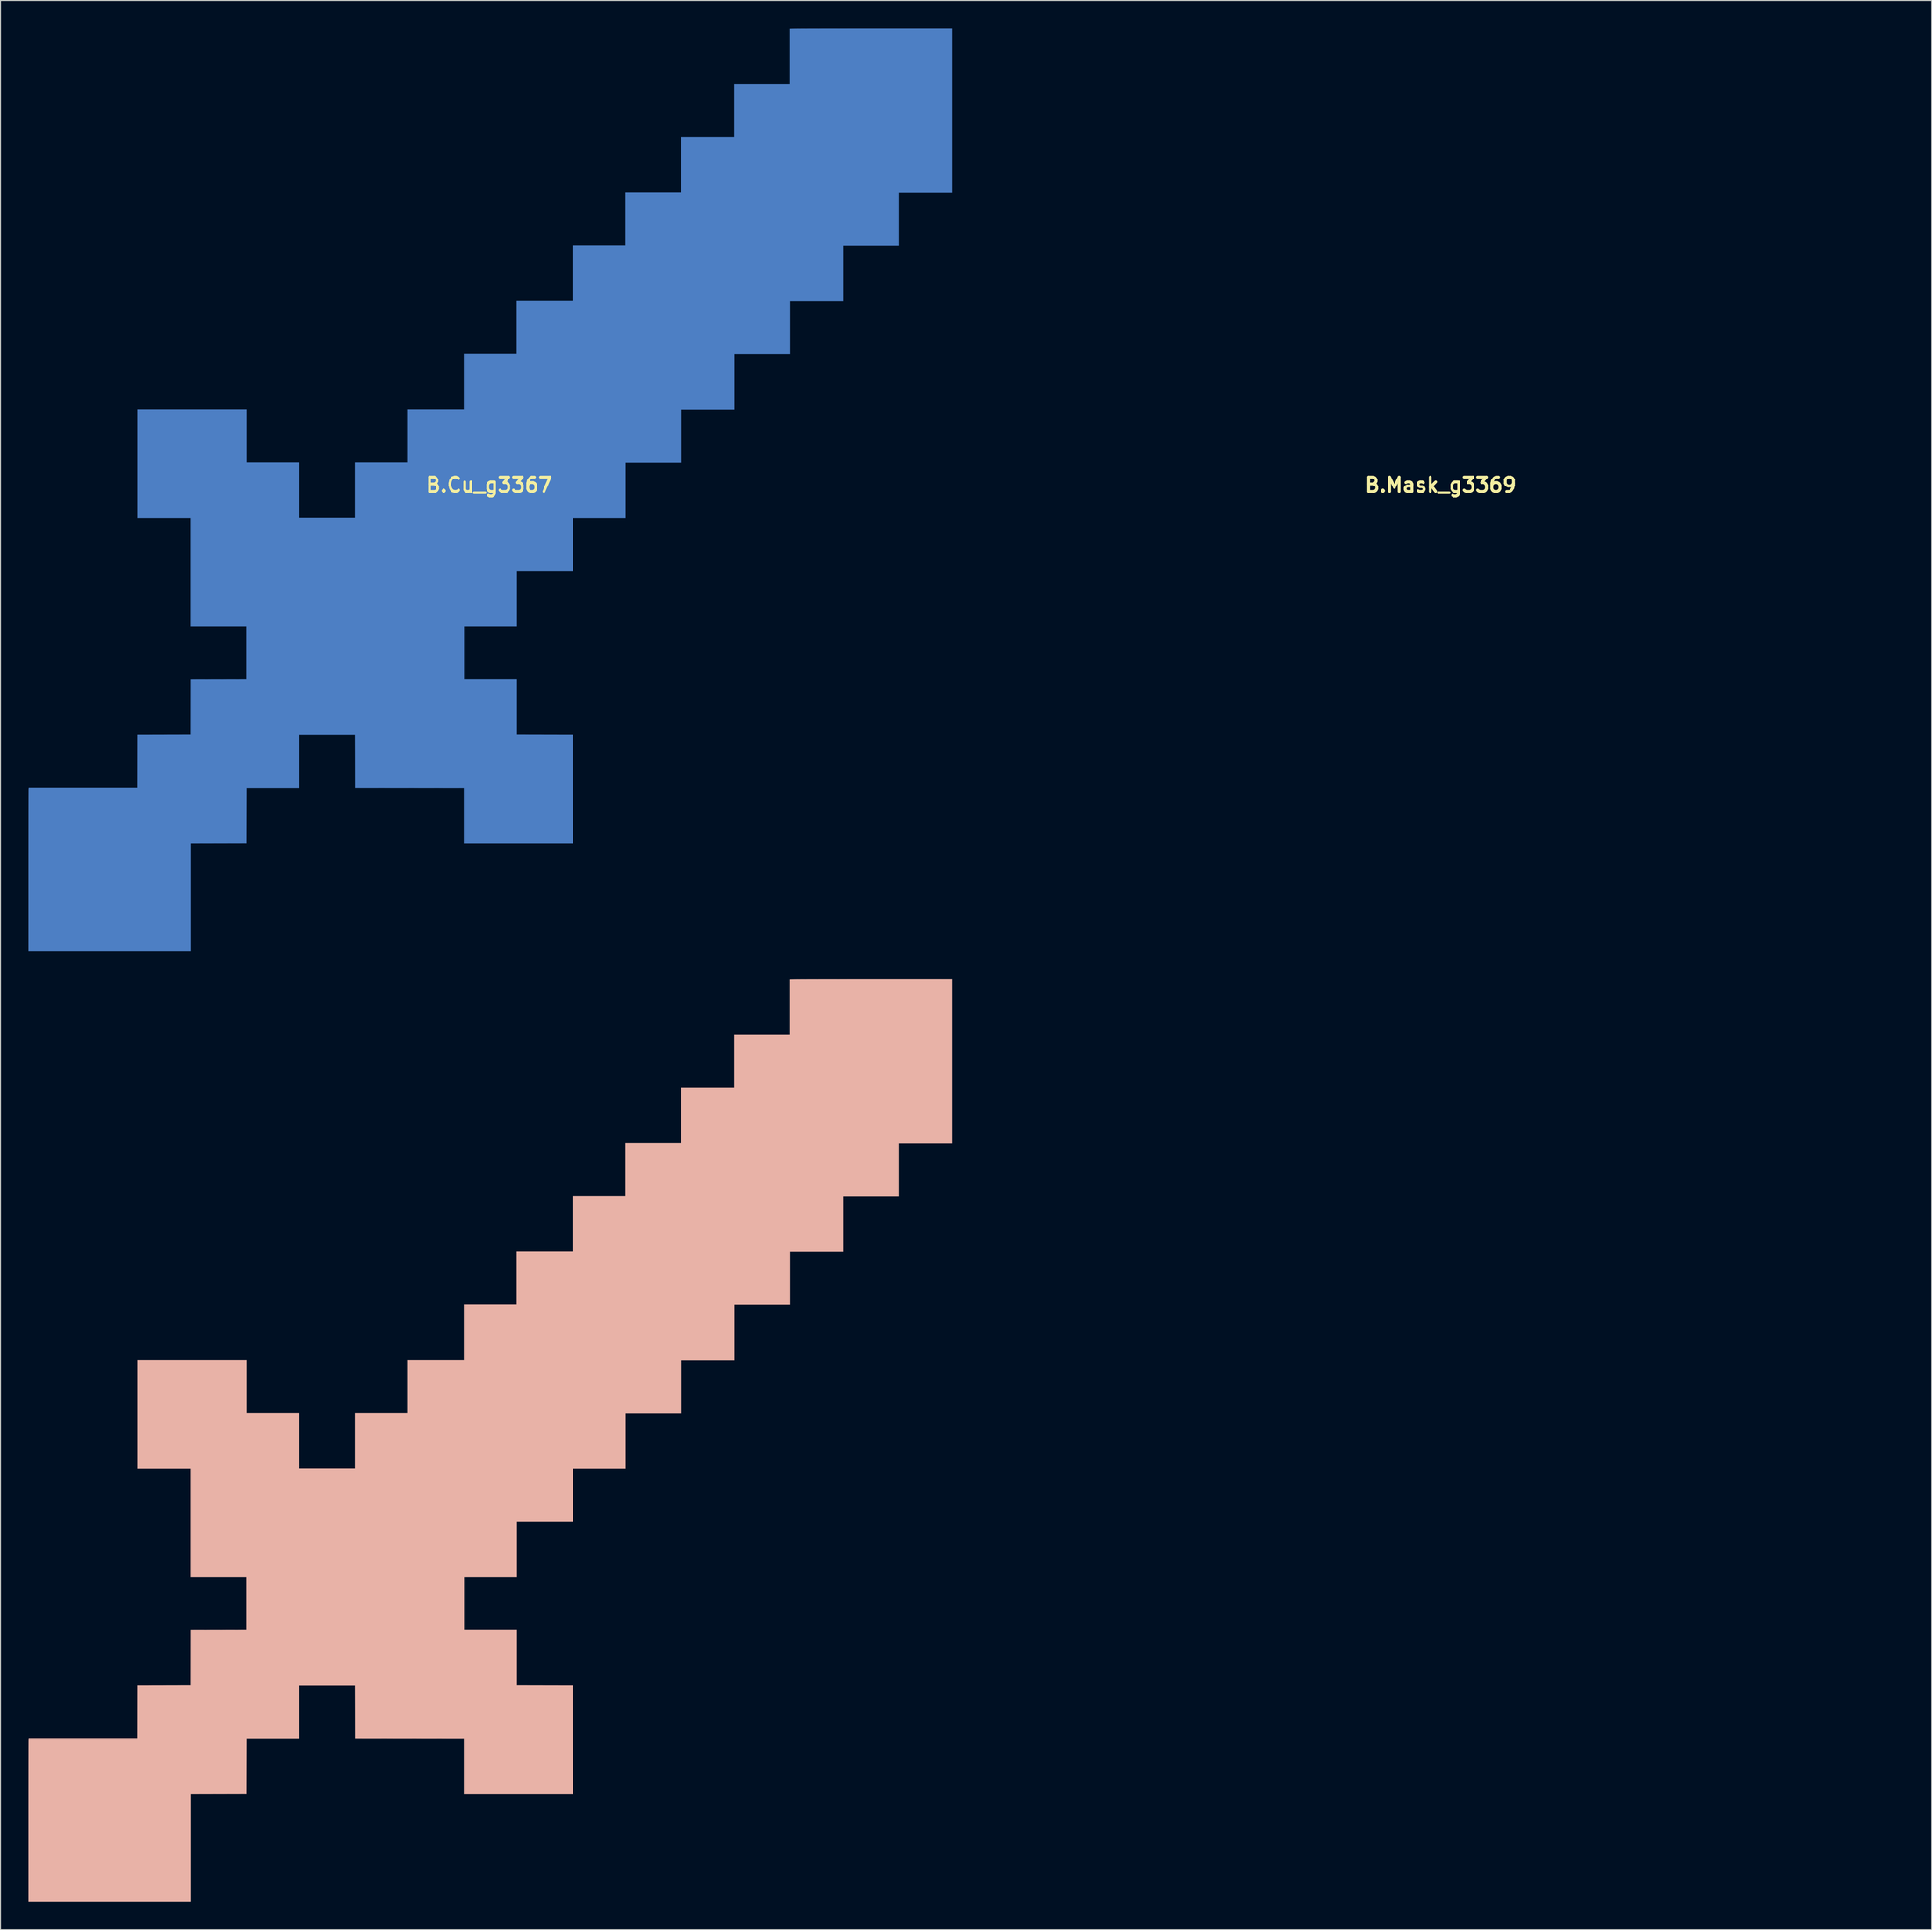
<source format=kicad_pcb>
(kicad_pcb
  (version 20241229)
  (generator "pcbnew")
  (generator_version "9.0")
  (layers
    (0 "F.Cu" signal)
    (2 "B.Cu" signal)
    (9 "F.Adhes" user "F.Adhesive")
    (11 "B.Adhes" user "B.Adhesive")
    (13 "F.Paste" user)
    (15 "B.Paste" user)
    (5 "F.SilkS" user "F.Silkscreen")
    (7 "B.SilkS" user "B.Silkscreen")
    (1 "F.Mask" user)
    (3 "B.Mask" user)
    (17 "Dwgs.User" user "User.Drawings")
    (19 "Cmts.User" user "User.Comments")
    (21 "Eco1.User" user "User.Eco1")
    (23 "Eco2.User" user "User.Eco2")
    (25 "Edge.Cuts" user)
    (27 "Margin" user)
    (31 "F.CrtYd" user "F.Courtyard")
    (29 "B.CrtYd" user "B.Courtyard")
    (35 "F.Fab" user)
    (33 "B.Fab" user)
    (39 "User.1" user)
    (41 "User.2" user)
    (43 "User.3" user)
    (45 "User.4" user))
  (footprint "B.SilkS_g3371"
    (layer "F.Cu")
    (at 49.387 150.928)
    (property "Reference" "B.SilkS_g3371" (at 0 0 0) (layer "F.SilkS") (effects (font (size 1.524 1.524) (thickness 0.3))))
    (attr through_hole)
    (fp_poly (pts (xy 49.636 -31.327) (xy 43.963 -31.327) (xy 43.963 -25.675) (xy 37.973 -25.675) (xy 37.973 -19.706) (xy 32.3 -19.706) (xy 32.3 -14.055) (xy 26.31 -14.055) (xy 26.31 -8.065) (xy 20.637 -8.065) (xy 20.637 -2.413) (xy 14.647 -2.413) (xy 14.647 3.556) (xy 8.975 3.556) (xy 8.975 9.207) (xy 2.985 9.207) (xy 2.985 15.177) (xy -2.688 15.177) (xy -2.688 20.807) (xy 2.985 20.807) (xy 2.985 26.776) (xy 5.974 26.781) (xy 8.964 26.786) (xy 8.969 32.613) (xy 8.975 38.439) (xy -2.709 38.439) (xy -2.709 32.47) (xy -8.546 32.464) (xy -14.383 32.459) (xy -14.388 29.628) (xy -14.393 26.797) (xy -20.341 26.797) (xy -20.341 32.47) (xy -26.014 32.47) (xy -26.019 35.449) (xy -26.024 38.428) (xy -32.025 38.439) (xy -32.025 49.996) (xy -49.382 49.996) (xy -49.382 41.479) (xy -49.382 40.879) (xy -49.382 40.288) (xy -49.382 39.708) (xy -49.381 39.141) (xy -49.381 38.587) (xy -49.381 38.05) (xy -49.38 37.529) (xy -49.38 37.027) (xy -49.379 36.545) (xy -49.379 36.084) (xy -49.378 35.646) (xy -49.378 35.232) (xy -49.377 34.845) (xy -49.376 34.484) (xy -49.375 34.153) (xy -49.375 33.851) (xy -49.374 33.581) (xy -49.373 33.345) (xy -49.372 33.143) (xy -49.371 32.977) (xy -49.37 32.849) (xy -49.369 32.76) (xy -49.368 32.711) (xy -49.368 32.706) (xy -49.354 32.449) (xy -37.719 32.449) (xy -37.714 29.617) (xy -37.708 26.786) (xy -34.877 26.781) (xy -32.046 26.776) (xy -32.041 23.797) (xy -32.036 20.817) (xy -29.035 20.812) (xy -26.035 20.807) (xy -26.035 15.177) (xy -32.046 15.177) (xy -32.046 3.556) (xy -37.698 3.556) (xy -37.698 -8.086) (xy -26.014 -8.086) (xy -26.014 -2.434) (xy -20.341 -2.434) (xy -20.341 3.535) (xy -14.393 3.535) (xy -14.393 -2.434) (xy -8.7 -2.434) (xy -8.7 -8.086) (xy -2.709 -8.086) (xy -2.709 -14.076) (xy 2.963 -14.076) (xy 2.963 -19.727) (xy 8.954 -19.727) (xy 8.954 -25.696) (xy 14.626 -25.696) (xy 14.626 -31.348) (xy 20.616 -31.348) (xy 20.616 -37.317) (xy 26.289 -37.317) (xy 26.289 -42.968) (xy 32.279 -42.968) (xy 32.279 -48.931) (xy 32.771 -48.944) (xy 32.828 -48.945) (xy 32.925 -48.946) (xy 33.062 -48.947) (xy 33.236 -48.948) (xy 33.447 -48.949) (xy 33.692 -48.95) (xy 33.97 -48.951) (xy 34.279 -48.952) (xy 34.618 -48.953) (xy 34.986 -48.953) (xy 35.38 -48.954) (xy 35.8 -48.955) (xy 36.243 -48.955) (xy 36.708 -48.956) (xy 37.194 -48.956) (xy 37.698 -48.957) (xy 38.22 -48.957) (xy 38.758 -48.958) (xy 39.31 -48.958) (xy 39.875 -48.958) (xy 40.451 -48.958) (xy 41.037 -48.958) (xy 41.45 -48.958) (xy 49.636 -48.959) (xy 49.636 -31.327)) (stroke (width 0.01) (type solid)) (fill yes) (layer "B.SilkS")))
  (footprint "B.Cu_g3367"
    (layer "F.Cu")
    (at 49.387 48.964)
    (property "Reference" "B.Cu_g3367" (at 0 0 0) (layer "F.SilkS") (effects (font (size 1.524 1.524) (thickness 0.3))))
    (attr through_hole)
    (fp_poly (pts (xy 49.636 -31.327) (xy 43.963 -31.327) (xy 43.963 -25.675) (xy 37.973 -25.675) (xy 37.973 -19.706) (xy 32.3 -19.706) (xy 32.3 -14.055) (xy 26.31 -14.055) (xy 26.31 -8.065) (xy 20.637 -8.065) (xy 20.637 -2.413) (xy 14.647 -2.413) (xy 14.647 3.556) (xy 8.975 3.556) (xy 8.975 9.207) (xy 2.985 9.207) (xy 2.985 15.177) (xy -2.688 15.177) (xy -2.688 20.807) (xy 2.985 20.807) (xy 2.985 26.776) (xy 5.974 26.781) (xy 8.964 26.786) (xy 8.969 32.613) (xy 8.975 38.439) (xy -2.709 38.439) (xy -2.709 32.47) (xy -8.546 32.464) (xy -14.383 32.459) (xy -14.388 29.628) (xy -14.393 26.797) (xy -20.341 26.797) (xy -20.341 32.47) (xy -26.014 32.47) (xy -26.019 35.449) (xy -26.024 38.428) (xy -32.025 38.439) (xy -32.025 49.996) (xy -49.382 49.996) (xy -49.382 41.479) (xy -49.382 40.879) (xy -49.382 40.288) (xy -49.382 39.708) (xy -49.381 39.141) (xy -49.381 38.587) (xy -49.381 38.05) (xy -49.38 37.529) (xy -49.38 37.027) (xy -49.379 36.545) (xy -49.379 36.084) (xy -49.378 35.646) (xy -49.378 35.232) (xy -49.377 34.845) (xy -49.376 34.484) (xy -49.375 34.153) (xy -49.375 33.851) (xy -49.374 33.581) (xy -49.373 33.345) (xy -49.372 33.143) (xy -49.371 32.977) (xy -49.37 32.849) (xy -49.369 32.76) (xy -49.368 32.711) (xy -49.368 32.706) (xy -49.354 32.449) (xy -37.719 32.449) (xy -37.714 29.617) (xy -37.708 26.786) (xy -34.877 26.781) (xy -32.046 26.776) (xy -32.041 23.797) (xy -32.036 20.817) (xy -29.035 20.812) (xy -26.035 20.807) (xy -26.035 15.177) (xy -32.046 15.177) (xy -32.046 3.556) (xy -37.698 3.556) (xy -37.698 -8.086) (xy -26.014 -8.086) (xy -26.014 -2.434) (xy -20.341 -2.434) (xy -20.341 3.535) (xy -14.393 3.535) (xy -14.393 -2.434) (xy -8.7 -2.434) (xy -8.7 -8.086) (xy -2.709 -8.086) (xy -2.709 -14.076) (xy 2.963 -14.076) (xy 2.963 -19.727) (xy 8.954 -19.727) (xy 8.954 -25.696) (xy 14.626 -25.696) (xy 14.626 -31.348) (xy 20.616 -31.348) (xy 20.616 -37.317) (xy 26.289 -37.317) (xy 26.289 -42.968) (xy 32.279 -42.968) (xy 32.279 -48.931) (xy 32.771 -48.944) (xy 32.828 -48.945) (xy 32.925 -48.946) (xy 33.062 -48.947) (xy 33.236 -48.948) (xy 33.447 -48.949) (xy 33.692 -48.95) (xy 33.97 -48.951) (xy 34.279 -48.952) (xy 34.618 -48.953) (xy 34.986 -48.953) (xy 35.38 -48.954) (xy 35.8 -48.955) (xy 36.243 -48.955) (xy 36.708 -48.956) (xy 37.194 -48.956) (xy 37.698 -48.957) (xy 38.22 -48.957) (xy 38.758 -48.958) (xy 39.31 -48.958) (xy 39.875 -48.958) (xy 40.451 -48.958) (xy 41.037 -48.958) (xy 41.45 -48.958) (xy 49.636 -48.959) (xy 49.636 -31.327)) (stroke (width 0.01) (type solid)) (fill yes) (layer "B.Cu")))
  (footprint "B.Mask_g3369"
    (layer "F.Cu")
    (at 151.415 48.964)
    (property "Reference" "B.Mask_g3369" (at 0 0 0) (layer "F.SilkS") (effects (font (size 1.524 1.524) (thickness 0.3))))
    (attr through_hole)
    (fp_poly (pts (xy 49.636 -31.327) (xy 43.963 -31.327) (xy 43.963 -25.675) (xy 37.973 -25.675) (xy 37.973 -19.706) (xy 32.3 -19.706) (xy 32.3 -14.055) (xy 26.31 -14.055) (xy 26.31 -8.065) (xy 20.637 -8.065) (xy 20.637 -2.413) (xy 14.647 -2.413) (xy 14.647 3.556) (xy 8.975 3.556) (xy 8.975 9.207) (xy 2.985 9.207) (xy 2.985 15.177) (xy -2.688 15.177) (xy -2.688 20.807) (xy 2.985 20.807) (xy 2.985 26.776) (xy 5.974 26.781) (xy 8.964 26.786) (xy 8.969 32.613) (xy 8.975 38.439) (xy -2.709 38.439) (xy -2.709 32.47) (xy -8.546 32.464) (xy -14.383 32.459) (xy -14.388 29.628) (xy -14.393 26.797) (xy -20.341 26.797) (xy -20.341 32.47) (xy -26.014 32.47) (xy -26.019 35.449) (xy -26.024 38.428) (xy -32.025 38.439) (xy -32.025 49.996) (xy -49.382 49.996) (xy -49.382 41.479) (xy -49.382 40.879) (xy -49.382 40.288) (xy -49.382 39.708) (xy -49.381 39.141) (xy -49.381 38.587) (xy -49.381 38.05) (xy -49.38 37.529) (xy -49.38 37.027) (xy -49.379 36.545) (xy -49.379 36.084) (xy -49.378 35.646) (xy -49.378 35.232) (xy -49.377 34.845) (xy -49.376 34.484) (xy -49.375 34.153) (xy -49.375 33.851) (xy -49.374 33.581) (xy -49.373 33.345) (xy -49.372 33.143) (xy -49.371 32.977) (xy -49.37 32.849) (xy -49.369 32.76) (xy -49.368 32.711) (xy -49.368 32.706) (xy -49.354 32.449) (xy -37.719 32.449) (xy -37.714 29.617) (xy -37.708 26.786) (xy -34.877 26.781) (xy -32.046 26.776) (xy -32.041 23.797) (xy -32.036 20.817) (xy -29.035 20.812) (xy -26.035 20.807) (xy -26.035 15.177) (xy -32.046 15.177) (xy -32.046 3.556) (xy -37.698 3.556) (xy -37.698 -8.086) (xy -26.014 -8.086) (xy -26.014 -2.434) (xy -20.341 -2.434) (xy -20.341 3.535) (xy -14.393 3.535) (xy -14.393 -2.434) (xy -8.7 -2.434) (xy -8.7 -8.086) (xy -2.709 -8.086) (xy -2.709 -14.076) (xy 2.963 -14.076) (xy 2.963 -19.727) (xy 8.954 -19.727) (xy 8.954 -25.696) (xy 14.626 -25.696) (xy 14.626 -31.348) (xy 20.616 -31.348) (xy 20.616 -37.317) (xy 26.289 -37.317) (xy 26.289 -42.968) (xy 32.279 -42.968) (xy 32.279 -48.931) (xy 32.771 -48.944) (xy 32.828 -48.945) (xy 32.925 -48.946) (xy 33.062 -48.947) (xy 33.236 -48.948) (xy 33.447 -48.949) (xy 33.692 -48.95) (xy 33.97 -48.951) (xy 34.279 -48.952) (xy 34.618 -48.953) (xy 34.986 -48.953) (xy 35.38 -48.954) (xy 35.8 -48.955) (xy 36.243 -48.955) (xy 36.708 -48.956) (xy 37.194 -48.956) (xy 37.698 -48.957) (xy 38.22 -48.957) (xy 38.758 -48.958) (xy 39.31 -48.958) (xy 39.875 -48.958) (xy 40.451 -48.958) (xy 41.037 -48.958) (xy 41.45 -48.958) (xy 49.636 -48.959) (xy 49.636 -31.327)) (stroke (width 0.01) (type solid)) (fill yes) (layer "B.Mask")))
  (gr_rect
    (start -3 -3)
    (end 204.055 203.928)
    (stroke (width 0.1) (type default))
    (fill no)
    (layer "Edge.Cuts")))
</source>
